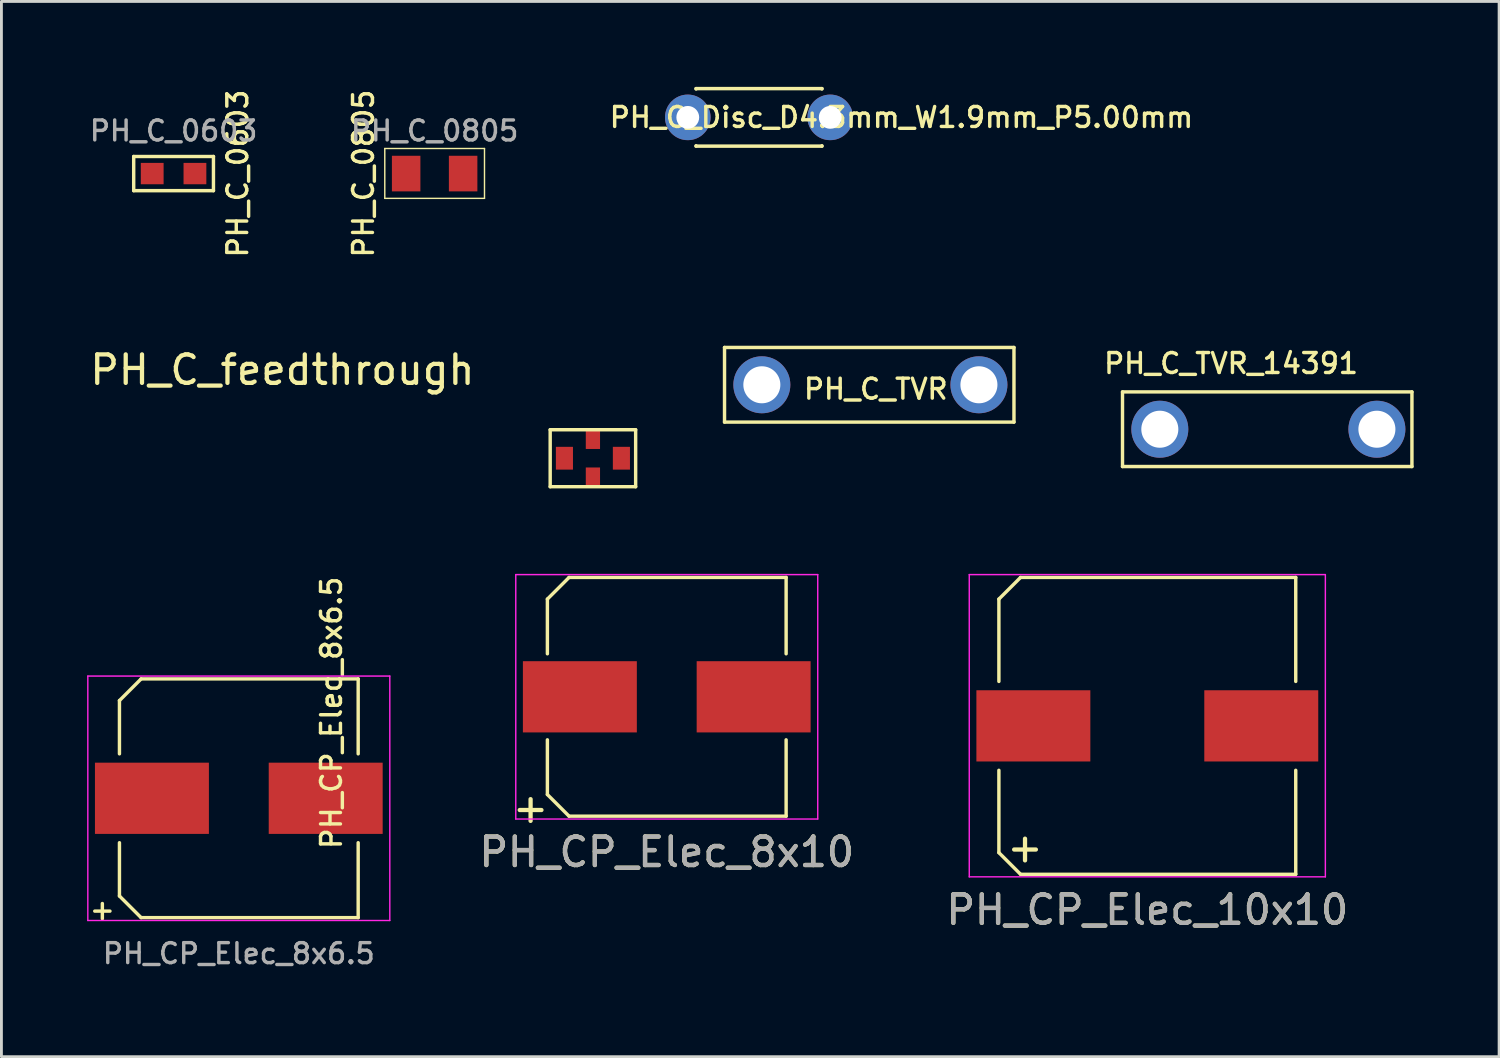
<source format=kicad_pcb>
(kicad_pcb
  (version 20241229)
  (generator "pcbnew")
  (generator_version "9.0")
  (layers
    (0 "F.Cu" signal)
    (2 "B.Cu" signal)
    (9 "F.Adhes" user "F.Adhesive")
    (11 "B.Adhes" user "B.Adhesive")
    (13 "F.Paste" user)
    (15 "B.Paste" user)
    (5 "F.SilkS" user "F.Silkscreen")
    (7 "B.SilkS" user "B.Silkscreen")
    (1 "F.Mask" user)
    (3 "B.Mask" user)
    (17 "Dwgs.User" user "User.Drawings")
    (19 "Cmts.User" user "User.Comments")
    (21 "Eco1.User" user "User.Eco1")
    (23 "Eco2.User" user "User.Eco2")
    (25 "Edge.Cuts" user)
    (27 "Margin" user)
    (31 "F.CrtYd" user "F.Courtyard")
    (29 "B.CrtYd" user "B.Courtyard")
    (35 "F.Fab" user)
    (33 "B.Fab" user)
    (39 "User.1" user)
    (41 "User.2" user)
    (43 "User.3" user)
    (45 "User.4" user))
  (footprint "PH_C_0603"
    (layer "F.Cu")
    (at 3.043 3.043)
    (property "Reference" "PH_C_0603" (at 2.25 0 90) (layer "F.SilkS") (effects (font (size 0.7 0.7) (thickness 0.12))))
    (attr smd)
    (fp_line (start -1.4 -0.6) (end -1.4 0.6) (stroke (width 0.12) (type solid)) (layer "F.SilkS"))
    (fp_line (start -1.4 -0.6) (end 1.4 -0.6) (stroke (width 0.12) (type solid)) (layer "F.SilkS"))
    (fp_line (start 1.4 -0.6) (end 1.4 0.6) (stroke (width 0.12) (type solid)) (layer "F.SilkS"))
    (fp_line (start 1.4 0.6) (end -1.4 0.6) (stroke (width 0.12) (type solid)) (layer "F.SilkS"))
    (fp_text user "${REFERENCE}" (at 0 -1.5 0) (layer "F.Fab") (effects (font (size 0.7 0.7) (thickness 0.12))))
    (pad "1" smd rect (at -0.75 0) (size 0.8 0.75) (layers "F.Cu" "F.Mask" "F.Paste"))
    (pad "2" smd rect (at 0.75 0) (size 0.8 0.75) (layers "F.Cu" "F.Mask" "F.Paste")))
  (footprint "PH_C_0805"
    (layer "F.Cu")
    (at 12.207 3.043)
    (property "Reference" "PH_C_0805" (at -2.5 0 270) (layer "F.SilkS") (effects (font (size 0.7 0.7) (thickness 0.12))))
    (attr smd)
    (fp_line (start -1.75 -0.88) (end -1.75 0.87) (stroke (width 0.05) (type solid)) (layer "F.SilkS"))
    (fp_line (start -1.75 -0.88) (end 1.75 -0.88) (stroke (width 0.05) (type solid)) (layer "F.SilkS"))
    (fp_line (start 1.75 0.87) (end -1.75 0.87) (stroke (width 0.05) (type solid)) (layer "F.SilkS"))
    (fp_line (start 1.75 0.87) (end 1.75 -0.88) (stroke (width 0.05) (type solid)) (layer "F.SilkS"))
    (fp_text user "${REFERENCE}" (at 0 -1.5 0) (layer "F.Fab") (effects (font (size 0.7 0.7) (thickness 0.12))))
    (pad "1" smd rect (at -1 0) (size 1 1.25) (layers "F.Cu" "F.Mask" "F.Paste"))
    (pad "2" smd rect (at 1 0) (size 1 1.25) (layers "F.Cu" "F.Mask" "F.Paste")))
  (footprint "PH_C_TVR_14391"
    (layer "F.Cu")
    (at 37.663 12.017)
    (property "Reference" "PH_C_TVR_14391" (at 2.5 -2.31 0) (layer "F.SilkS") (effects (font (size 0.7 0.7) (thickness 0.12))))
    (attr through_hole)
    (fp_line (start -1.31 -1.31) (end -1.31 1.31) (stroke (width 0.12) (type solid)) (layer "F.SilkS"))
    (fp_line (start -1.31 -1.31) (end 8.85 -1.31) (stroke (width 0.12) (type solid)) (layer "F.SilkS"))
    (fp_line (start -1.31 1.31) (end 8.85 1.31) (stroke (width 0.12) (type solid)) (layer "F.SilkS"))
    (fp_line (start 8.85 -1.31) (end 8.85 1.31) (stroke (width 0.12) (type solid)) (layer "F.SilkS"))
    (pad "1" thru_hole circle (at 0 0) (size 2 2) (drill 1.3) (layers "*.Cu" "*.Mask"))
    (pad "2" thru_hole circle (at 7.62 0) (size 2 2) (drill 1.3) (layers "*.Cu" "*.Mask")))
  (footprint "PH_C_feedthrough"
    (layer "F.Cu")
    (at 17.763 13.035)
    (property "Reference" "PH_C_feedthrough" (at -10.9 -3.1 0) (layer "F.SilkS") (effects (font (size 1 1) (thickness 0.15))))
    (attr through_hole)
    (fp_line (start -1.5 -1) (end -1.5 1) (stroke (width 0.12) (type solid)) (layer "F.SilkS"))
    (fp_line (start -1.5 1) (end 1.5 1) (stroke (width 0.12) (type solid)) (layer "F.SilkS"))
    (fp_line (start 1.5 -1) (end -1.5 -1) (stroke (width 0.12) (type solid)) (layer "F.SilkS"))
    (fp_line (start 1.5 1) (end 1.5 -1) (stroke (width 0.12) (type solid)) (layer "F.SilkS"))
    (pad "1" smd rect (at -1 0) (size 0.6 0.8) (layers "F.Cu" "F.Mask" "F.Paste"))
    (pad "2" smd rect (at 0 -0.65) (size 0.5 0.65) (layers "F.Cu" "F.Mask" "F.Paste"))
    (pad "2" smd rect (at 0 0.65) (size 0.5 0.65) (layers "F.Cu" "F.Mask" "F.Paste"))
    (pad "3" smd rect (at 1 0) (size 0.6 0.8) (layers "F.Cu" "F.Mask" "F.Paste")))
  (footprint "PH_CP_Elec_8x6.5"
    (layer "F.Cu")
    (at 5.333 24.972)
    (property "Reference" "PH_CP_Elec_8x6.5" (at 3.25 -3 90) (layer "F.SilkS") (effects (font (size 0.7 0.7) (thickness 0.12))))
    (attr smd)
    (fp_line (start -4.19 -3.43) (end -4.19 -1.56) (stroke (width 0.12) (type solid)) (layer "F.SilkS"))
    (fp_line (start -4.19 -3.43) (end -3.43 -4.19) (stroke (width 0.12) (type solid)) (layer "F.SilkS"))
    (fp_line (start -4.19 3.43) (end -4.19 1.56) (stroke (width 0.12) (type solid)) (layer "F.SilkS"))
    (fp_line (start -3.43 -4.19) (end 4.19 -4.19) (stroke (width 0.12) (type solid)) (layer "F.SilkS"))
    (fp_line (start -3.43 4.19) (end -4.19 3.43) (stroke (width 0.12) (type solid)) (layer "F.SilkS"))
    (fp_line (start 4.19 -4.19) (end 4.19 -1.56) (stroke (width 0.12) (type solid)) (layer "F.SilkS"))
    (fp_line (start 4.19 4.19) (end -3.43 4.19) (stroke (width 0.12) (type solid)) (layer "F.SilkS"))
    (fp_line (start 4.19 4.19) (end 4.19 1.56) (stroke (width 0.12) (type solid)) (layer "F.SilkS"))
    (fp_line (start -5.3 -4.29) (end -5.3 4.29) (stroke (width 0.05) (type solid)) (layer "F.CrtYd"))
    (fp_line (start -5.3 -4.29) (end 5.3 -4.29) (stroke (width 0.05) (type solid)) (layer "F.CrtYd"))
    (fp_line (start 5.3 4.29) (end -5.3 4.29) (stroke (width 0.05) (type solid)) (layer "F.CrtYd"))
    (fp_line (start 5.3 4.29) (end 5.3 -4.29) (stroke (width 0.05) (type solid)) (layer "F.CrtYd"))
    (fp_text user "+" (at -4.79 3.91 0) (layer "F.SilkS") (effects (font (size 0.7 0.7) (thickness 0.12))))
    (fp_text user "${REFERENCE}" (at 0 5.45 0) (layer "F.Fab") (effects (font (size 0.7 0.7) (thickness 0.12))))
    (pad "1" smd rect (at -3.05 0 180) (size 4 2.5) (layers "F.Cu" "F.Mask" "F.Paste"))
    (pad "2" smd rect (at 3.05 0 180) (size 4 2.5) (layers "F.Cu" "F.Mask" "F.Paste")))
  (footprint "PH_C_Disc_D4.3mm_W1.9mm_P5.00mm"
    (layer "F.Cu")
    (at 21.093 1.07)
    (property "Reference" "PH_C_Disc_D4.3mm_W1.9mm_P5.00mm" (at 7.5 0 0) (layer "F.SilkS") (effects (font (size 0.7 0.7) (thickness 0.12))))
    (attr through_hole)
    (fp_line (start 0.29 -1.01) (end 0.29 -0.996) (stroke (width 0.12) (type solid)) (layer "F.SilkS"))
    (fp_line (start 0.29 -1.01) (end 4.71 -1.01) (stroke (width 0.12) (type solid)) (layer "F.SilkS"))
    (fp_line (start 0.29 0.996) (end 0.29 1.01) (stroke (width 0.12) (type solid)) (layer "F.SilkS"))
    (fp_line (start 0.29 1.01) (end 4.71 1.01) (stroke (width 0.12) (type solid)) (layer "F.SilkS"))
    (fp_line (start 4.71 -1.01) (end 4.71 -0.996) (stroke (width 0.12) (type solid)) (layer "F.SilkS"))
    (fp_line (start 4.71 0.996) (end 4.71 1.01) (stroke (width 0.12) (type solid)) (layer "F.SilkS"))
    (fp_text user "" (at 2.5 0 0) (layer "F.Fab") (effects (font (size 0.7 0.7) (thickness 0.12))))
    (pad "1" thru_hole circle (at 0 0) (size 1.6 1.6) (drill 0.8) (layers "*.Cu" "*.Mask"))
    (pad "2" thru_hole circle (at 5 0) (size 1.6 1.6) (drill 0.8) (layers "*.Cu" "*.Mask")))
  (footprint "PH_CP_Elec_10x10"
    (layer "F.Cu")
    (at 37.224 22.43)
    (property "Reference" "PH_CP_Elec_10x10" (at 0 6.46 0) (layer "F.SilkS") (effects (font (size 1 1) (thickness 0.15))))
    (attr smd)
    (fp_line (start -5.21 -4.45) (end -5.21 -1.56) (stroke (width 0.12) (type solid)) (layer "F.SilkS"))
    (fp_line (start -5.21 -4.45) (end -4.45 -5.21) (stroke (width 0.12) (type solid)) (layer "F.SilkS"))
    (fp_line (start -5.21 4.45) (end -5.21 1.56) (stroke (width 0.12) (type solid)) (layer "F.SilkS"))
    (fp_line (start -4.45 -5.21) (end 5.21 -5.21) (stroke (width 0.12) (type solid)) (layer "F.SilkS"))
    (fp_line (start -4.45 5.21) (end -5.21 4.45) (stroke (width 0.12) (type solid)) (layer "F.SilkS"))
    (fp_line (start 5.21 -5.21) (end 5.21 -1.56) (stroke (width 0.12) (type solid)) (layer "F.SilkS"))
    (fp_line (start 5.21 5.21) (end -4.45 5.21) (stroke (width 0.12) (type solid)) (layer "F.SilkS"))
    (fp_line (start 5.21 5.21) (end 5.21 1.56) (stroke (width 0.12) (type solid)) (layer "F.SilkS"))
    (fp_line (start -6.25 -5.31) (end -6.25 5.3) (stroke (width 0.05) (type solid)) (layer "F.CrtYd"))
    (fp_line (start -6.25 -5.31) (end 6.25 -5.31) (stroke (width 0.05) (type solid)) (layer "F.CrtYd"))
    (fp_line (start 6.25 5.3) (end -6.25 5.3) (stroke (width 0.05) (type solid)) (layer "F.CrtYd"))
    (fp_line (start 6.25 5.3) (end 6.25 -5.31) (stroke (width 0.05) (type solid)) (layer "F.CrtYd"))
    (fp_text user "+" (at -4.293 4.267 0) (layer "F.SilkS") (effects (font (size 1 1) (thickness 0.15))))
    (fp_text user "${REFERENCE}" (at 0 6.46 0) (layer "F.Fab") (effects (font (size 1 1) (thickness 0.15))))
    (pad "1" smd rect (at -4 0 180) (size 4 2.5) (layers "F.Cu" "F.Mask" "F.Paste"))
    (pad "2" smd rect (at 4 0 180) (size 4 2.5) (layers "F.Cu" "F.Mask" "F.Paste")))
  (footprint "PH_CP_Elec_8x10"
    (layer "F.Cu")
    (at 20.355 21.41)
    (property "Reference" "PH_CP_Elec_8x10" (at 0 5.45 0) (layer "F.SilkS") (effects (font (size 1 1) (thickness 0.15))))
    (attr smd)
    (fp_line (start -4.19 -3.43) (end -4.19 -1.51) (stroke (width 0.12) (type solid)) (layer "F.SilkS"))
    (fp_line (start -4.19 -3.43) (end -3.43 -4.19) (stroke (width 0.12) (type solid)) (layer "F.SilkS"))
    (fp_line (start -4.19 3.43) (end -4.19 1.51) (stroke (width 0.12) (type solid)) (layer "F.SilkS"))
    (fp_line (start -3.43 -4.19) (end 4.19 -4.19) (stroke (width 0.12) (type solid)) (layer "F.SilkS"))
    (fp_line (start -3.43 4.19) (end -4.19 3.43) (stroke (width 0.12) (type solid)) (layer "F.SilkS"))
    (fp_line (start 4.19 -4.19) (end 4.19 -1.51) (stroke (width 0.12) (type solid)) (layer "F.SilkS"))
    (fp_line (start 4.19 4.19) (end -3.43 4.19) (stroke (width 0.12) (type solid)) (layer "F.SilkS"))
    (fp_line (start 4.19 4.19) (end 4.19 1.51) (stroke (width 0.12) (type solid)) (layer "F.SilkS"))
    (fp_line (start -5.3 -4.29) (end -5.3 4.29) (stroke (width 0.05) (type solid)) (layer "F.CrtYd"))
    (fp_line (start -5.3 -4.29) (end 5.3 -4.29) (stroke (width 0.05) (type solid)) (layer "F.CrtYd"))
    (fp_line (start 5.3 4.29) (end -5.3 4.29) (stroke (width 0.05) (type solid)) (layer "F.CrtYd"))
    (fp_line (start 5.3 4.29) (end 5.3 -4.29) (stroke (width 0.05) (type solid)) (layer "F.CrtYd"))
    (fp_text user "+" (at -4.78 3.9 0) (layer "F.SilkS") (effects (font (size 1 1) (thickness 0.15))))
    (fp_text user "${REFERENCE}" (at 0 5.45 0) (layer "F.Fab") (effects (font (size 1 1) (thickness 0.15))))
    (pad "1" smd rect (at -3.05 0 180) (size 4 2.5) (layers "F.Cu" "F.Mask" "F.Paste"))
    (pad "2" smd rect (at 3.05 0 180) (size 4 2.5) (layers "F.Cu" "F.Mask" "F.Paste")))
  (footprint "PH_C_TVR"
    (layer "F.Cu")
    (at 23.693 10.457)
    (property "Reference" "PH_C_TVR" (at 4 0.15 0) (layer "F.SilkS") (effects (font (size 0.7 0.7) (thickness 0.12))))
    (attr through_hole)
    (fp_line (start -1.31 -1.31) (end -1.31 1.31) (stroke (width 0.12) (type solid)) (layer "F.SilkS"))
    (fp_line (start -1.31 -1.31) (end 8.85 -1.31) (stroke (width 0.12) (type solid)) (layer "F.SilkS"))
    (fp_line (start -1.31 1.31) (end 8.85 1.31) (stroke (width 0.12) (type solid)) (layer "F.SilkS"))
    (fp_line (start 8.85 -1.31) (end 8.85 1.31) (stroke (width 0.12) (type solid)) (layer "F.SilkS"))
    (pad "1" thru_hole circle (at 0 0) (size 2 2) (drill 1.3) (layers "*.Cu" "*.Mask"))
    (pad "2" thru_hole circle (at 7.62 0) (size 2 2) (drill 1.3) (layers "*.Cu" "*.Mask")))
  (gr_rect
    (start -3 -3)
    (end 49.573 34.042)
    (stroke (width 0.1) (type default))
    (fill no)
    (layer "Edge.Cuts")))
</source>
